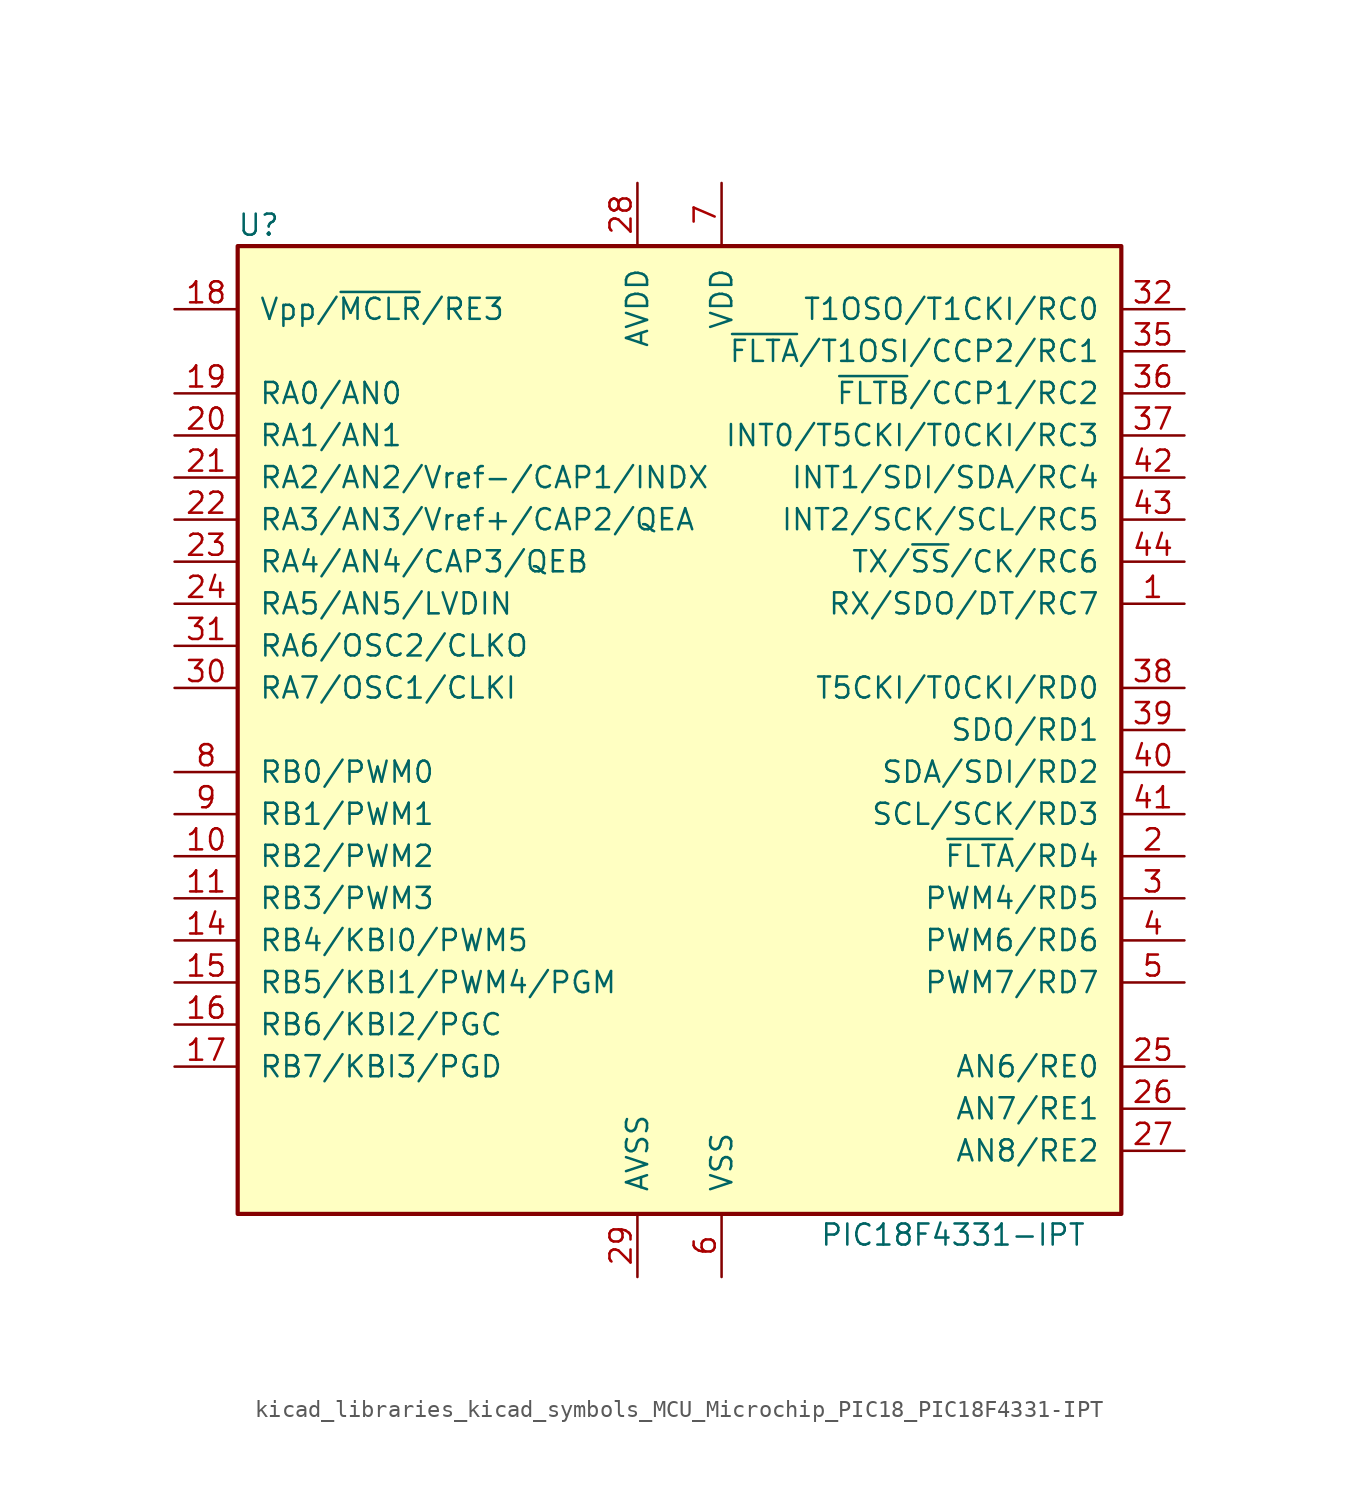
<source format=kicad_sym>
(kicad_symbol_lib
  (version 20220914)
  (generator kicad_symbol_editor)
  (symbol "kicad_libraries_kicad_symbols_MCU_Microchip_PIC18_PIC18F4331-IPT"
    (pin_names
      (offset 1.27))
    (property "Reference" "U"
      (at -25.4 30.48 0)
      (effects (font (size 1.27 1.27))))
    (property "Value" "PIC18F4331-IPT"
      (at 16.51 -30.48 0)
      (effects (font (size 1.27 1.27))))
    (symbol "kicad_libraries_kicad_symbols_MCU_Microchip_PIC18_PIC18F4331-IPT_0_1"
      (rectangle (start -26.67 29.21) (end 26.67 -29.21) (stroke (width 0.254) (type default)) (fill (type background))))
    (symbol "kicad_libraries_kicad_symbols_MCU_Microchip_PIC18_PIC18F4331-IPT_1_1"
      (pin bidirectional line (at 30.48 7.62 180) (length 3.81) (name "RX/SDO/DT/RC7" (effects (font (size 1.27 1.27)))) (number "1" (effects (font (size 1.27 1.27)))))
      (pin bidirectional line (at -30.48 -7.62 0) (length 3.81) (name "RB2/PWM2" (effects (font (size 1.27 1.27)))) (number "10" (effects (font (size 1.27 1.27)))))
      (pin bidirectional line (at -30.48 -10.16 0) (length 3.81) (name "RB3/PWM3" (effects (font (size 1.27 1.27)))) (number "11" (effects (font (size 1.27 1.27)))))
      (pin no_connect line (at -15.24 -29.21 90) (length 3.81) hide (name "NC" (effects (font (size 1.27 1.27)))) (number "12" (effects (font (size 1.27 1.27)))))
      (pin no_connect line (at -12.7 -29.21 90) (length 3.81) hide (name "NC" (effects (font (size 1.27 1.27)))) (number "13" (effects (font (size 1.27 1.27)))))
      (pin bidirectional line (at -30.48 -12.7 0) (length 3.81) (name "RB4/KBI0/PWM5" (effects (font (size 1.27 1.27)))) (number "14" (effects (font (size 1.27 1.27)))))
      (pin bidirectional line (at -30.48 -15.24 0) (length 3.81) (name "RB5/KBI1/PWM4/PGM" (effects (font (size 1.27 1.27)))) (number "15" (effects (font (size 1.27 1.27)))))
      (pin bidirectional line (at -30.48 -17.78 0) (length 3.81) (name "RB6/KBI2/PGC" (effects (font (size 1.27 1.27)))) (number "16" (effects (font (size 1.27 1.27)))))
      (pin bidirectional line (at -30.48 -20.32 0) (length 3.81) (name "RB7/KBI3/PGD" (effects (font (size 1.27 1.27)))) (number "17" (effects (font (size 1.27 1.27)))))
      (pin input line (at -30.48 25.4 0) (length 3.81) (name "Vpp/~{MCLR}/RE3" (effects (font (size 1.27 1.27)))) (number "18" (effects (font (size 1.27 1.27)))))
      (pin bidirectional line (at -30.48 20.32 0) (length 3.81) (name "RA0/AN0" (effects (font (size 1.27 1.27)))) (number "19" (effects (font (size 1.27 1.27)))))
      (pin bidirectional line (at 30.48 -7.62 180) (length 3.81) (name "~{FLTA}/RD4" (effects (font (size 1.27 1.27)))) (number "2" (effects (font (size 1.27 1.27)))))
      (pin bidirectional line (at -30.48 17.78 0) (length 3.81) (name "RA1/AN1" (effects (font (size 1.27 1.27)))) (number "20" (effects (font (size 1.27 1.27)))))
      (pin bidirectional line (at -30.48 15.24 0) (length 3.81) (name "RA2/AN2/Vref-/CAP1/INDX" (effects (font (size 1.27 1.27)))) (number "21" (effects (font (size 1.27 1.27)))))
      (pin bidirectional line (at -30.48 12.7 0) (length 3.81) (name "RA3/AN3/Vref+/CAP2/QEA" (effects (font (size 1.27 1.27)))) (number "22" (effects (font (size 1.27 1.27)))))
      (pin bidirectional line (at -30.48 10.16 0) (length 3.81) (name "RA4/AN4/CAP3/QEB" (effects (font (size 1.27 1.27)))) (number "23" (effects (font (size 1.27 1.27)))))
      (pin bidirectional line (at -30.48 7.62 0) (length 3.81) (name "RA5/AN5/LVDIN" (effects (font (size 1.27 1.27)))) (number "24" (effects (font (size 1.27 1.27)))))
      (pin bidirectional line (at 30.48 -20.32 180) (length 3.81) (name "AN6/RE0" (effects (font (size 1.27 1.27)))) (number "25" (effects (font (size 1.27 1.27)))))
      (pin bidirectional line (at 30.48 -22.86 180) (length 3.81) (name "AN7/RE1" (effects (font (size 1.27 1.27)))) (number "26" (effects (font (size 1.27 1.27)))))
      (pin bidirectional line (at 30.48 -25.4 180) (length 3.81) (name "AN8/RE2" (effects (font (size 1.27 1.27)))) (number "27" (effects (font (size 1.27 1.27)))))
      (pin power_in line (at -2.54 33.02 270) (length 3.81) (name "AVDD" (effects (font (size 1.27 1.27)))) (number "28" (effects (font (size 1.27 1.27)))))
      (pin power_in line (at -2.54 -33.02 90) (length 3.81) (name "AVSS" (effects (font (size 1.27 1.27)))) (number "29" (effects (font (size 1.27 1.27)))))
      (pin bidirectional line (at 30.48 -10.16 180) (length 3.81) (name "PWM4/RD5" (effects (font (size 1.27 1.27)))) (number "3" (effects (font (size 1.27 1.27)))))
      (pin bidirectional line (at -30.48 2.54 0) (length 3.81) (name "RA7/OSC1/CLKI" (effects (font (size 1.27 1.27)))) (number "30" (effects (font (size 1.27 1.27)))))
      (pin bidirectional line (at -30.48 5.08 0) (length 3.81) (name "RA6/OSC2/CLKO" (effects (font (size 1.27 1.27)))) (number "31" (effects (font (size 1.27 1.27)))))
      (pin bidirectional line (at 30.48 25.4 180) (length 3.81) (name "T1OSO/T1CKI/RC0" (effects (font (size 1.27 1.27)))) (number "32" (effects (font (size 1.27 1.27)))))
      (pin no_connect line (at -10.16 -29.21 90) (length 3.81) hide (name "NC" (effects (font (size 1.27 1.27)))) (number "33" (effects (font (size 1.27 1.27)))))
      (pin no_connect line (at -7.62 -29.21 90) (length 3.81) hide (name "NC" (effects (font (size 1.27 1.27)))) (number "34" (effects (font (size 1.27 1.27)))))
      (pin bidirectional line (at 30.48 22.86 180) (length 3.81) (name "~{FLTA}/T1OSI/CCP2/RC1" (effects (font (size 1.27 1.27)))) (number "35" (effects (font (size 1.27 1.27)))))
      (pin bidirectional line (at 30.48 20.32 180) (length 3.81) (name "~{FLTB}/CCP1/RC2" (effects (font (size 1.27 1.27)))) (number "36" (effects (font (size 1.27 1.27)))))
      (pin bidirectional line (at 30.48 17.78 180) (length 3.81) (name "INT0/T5CKI/T0CKI/RC3" (effects (font (size 1.27 1.27)))) (number "37" (effects (font (size 1.27 1.27)))))
      (pin bidirectional line (at 30.48 2.54 180) (length 3.81) (name "T5CKI/T0CKI/RD0" (effects (font (size 1.27 1.27)))) (number "38" (effects (font (size 1.27 1.27)))))
      (pin bidirectional line (at 30.48 0 180) (length 3.81) (name "SDO/RD1" (effects (font (size 1.27 1.27)))) (number "39" (effects (font (size 1.27 1.27)))))
      (pin bidirectional line (at 30.48 -12.7 180) (length 3.81) (name "PWM6/RD6" (effects (font (size 1.27 1.27)))) (number "4" (effects (font (size 1.27 1.27)))))
      (pin bidirectional line (at 30.48 -2.54 180) (length 3.81) (name "SDA/SDI/RD2" (effects (font (size 1.27 1.27)))) (number "40" (effects (font (size 1.27 1.27)))))
      (pin bidirectional line (at 30.48 -5.08 180) (length 3.81) (name "SCL/SCK/RD3" (effects (font (size 1.27 1.27)))) (number "41" (effects (font (size 1.27 1.27)))))
      (pin bidirectional line (at 30.48 15.24 180) (length 3.81) (name "INT1/SDI/SDA/RC4" (effects (font (size 1.27 1.27)))) (number "42" (effects (font (size 1.27 1.27)))))
      (pin bidirectional line (at 30.48 12.7 180) (length 3.81) (name "INT2/SCK/SCL/RC5" (effects (font (size 1.27 1.27)))) (number "43" (effects (font (size 1.27 1.27)))))
      (pin bidirectional line (at 30.48 10.16 180) (length 3.81) (name "TX/~{SS}/CK/RC6" (effects (font (size 1.27 1.27)))) (number "44" (effects (font (size 1.27 1.27)))))
      (pin bidirectional line (at 30.48 -15.24 180) (length 3.81) (name "PWM7/RD7" (effects (font (size 1.27 1.27)))) (number "5" (effects (font (size 1.27 1.27)))))
      (pin power_in line (at 2.54 -33.02 90) (length 3.81) (name "VSS" (effects (font (size 1.27 1.27)))) (number "6" (effects (font (size 1.27 1.27)))))
      (pin power_in line (at 2.54 33.02 270) (length 3.81) (name "VDD" (effects (font (size 1.27 1.27)))) (number "7" (effects (font (size 1.27 1.27)))))
      (pin bidirectional line (at -30.48 -2.54 0) (length 3.81) (name "RB0/PWM0" (effects (font (size 1.27 1.27)))) (number "8" (effects (font (size 1.27 1.27)))))
      (pin bidirectional line (at -30.48 -5.08 0) (length 3.81) (name "RB1/PWM1" (effects (font (size 1.27 1.27)))) (number "9" (effects (font (size 1.27 1.27))))))))
</source>
